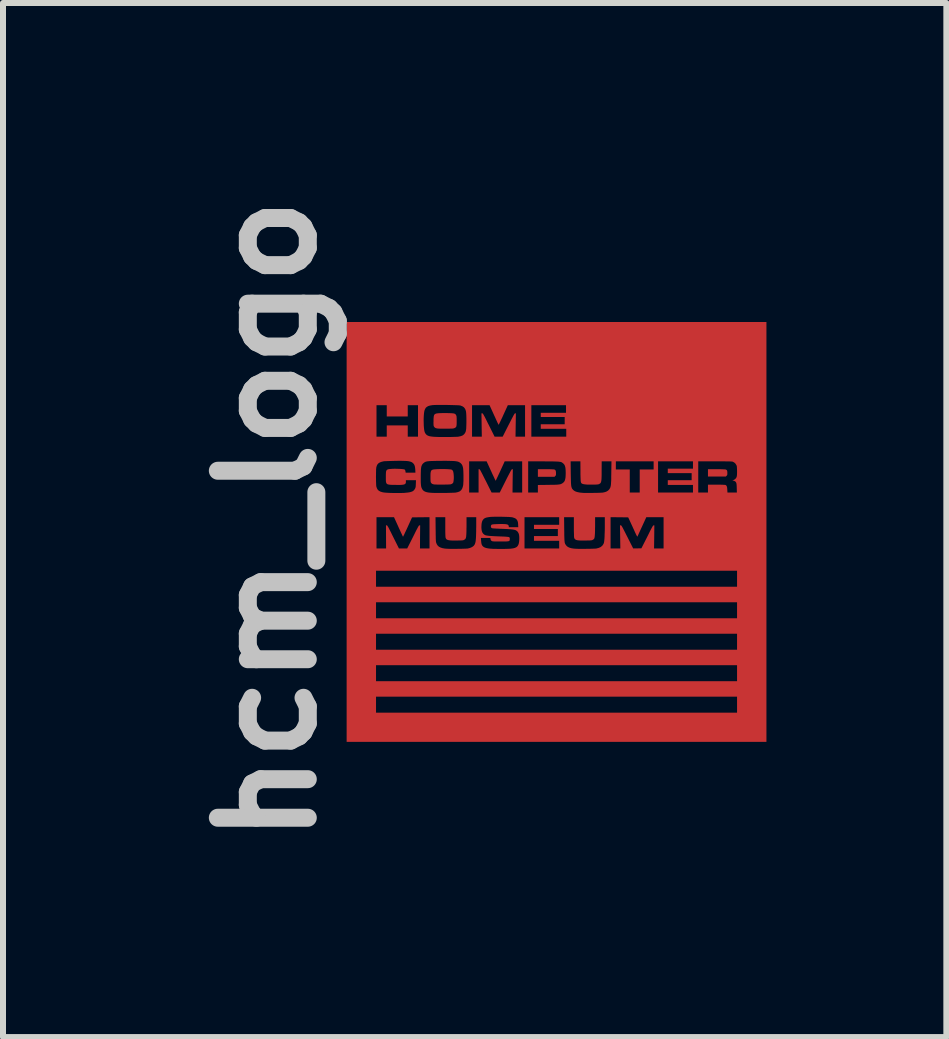
<source format=kicad_pcb>
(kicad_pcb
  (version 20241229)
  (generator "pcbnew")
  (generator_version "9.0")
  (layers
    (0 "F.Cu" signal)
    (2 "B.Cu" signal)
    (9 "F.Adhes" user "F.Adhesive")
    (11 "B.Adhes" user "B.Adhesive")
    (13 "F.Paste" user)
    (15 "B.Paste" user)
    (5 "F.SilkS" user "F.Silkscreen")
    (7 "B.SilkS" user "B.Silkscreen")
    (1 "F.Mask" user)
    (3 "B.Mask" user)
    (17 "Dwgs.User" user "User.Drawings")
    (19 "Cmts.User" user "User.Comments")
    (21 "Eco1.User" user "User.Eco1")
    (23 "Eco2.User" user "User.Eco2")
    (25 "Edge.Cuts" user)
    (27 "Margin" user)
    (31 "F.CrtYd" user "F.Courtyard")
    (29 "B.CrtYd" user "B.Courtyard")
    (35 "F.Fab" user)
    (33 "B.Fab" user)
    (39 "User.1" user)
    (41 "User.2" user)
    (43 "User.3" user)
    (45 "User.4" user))
  (footprint "hcm_logo"
    (layer "F.Cu")
    (at 5.976 5.621)
    (property "Reference" "hcm_logo" (at -4.572 0 90) (layer "Dwgs.User") (effects (font (size 1.5 1.5) (thickness 0.3))))
    (attr board_only exclude_from_pos_files exclude_from_bom)
    (fp_poly (pts (xy 0.071 -0.847) (xy 0.108 -0.847) (xy 0.142 -0.847) (xy 0.17 -0.846) (xy 0.193 -0.845) (xy 0.208 -0.844) (xy 0.216 -0.843) (xy 0.229 -0.837) (xy 0.238 -0.827) (xy 0.243 -0.811) (xy 0.245 -0.789) (xy 0.245 -0.779) (xy 0.245 -0.762) (xy 0.244 -0.751) (xy 0.241 -0.743) (xy 0.235 -0.736) (xy 0.232 -0.733) (xy 0.22 -0.72) (xy 0.082 -0.72) (xy -0.057 -0.72) (xy -0.057 -0.784) (xy -0.057 -0.847)) (stroke (width 0) (type solid)) (fill yes) (layer "F.Cu"))
    (fp_poly (pts (xy 2.918 -0.847) (xy 2.956 -0.847) (xy 2.991 -0.847) (xy 3.021 -0.846) (xy 3.045 -0.845) (xy 3.063 -0.844) (xy 3.072 -0.843) (xy 3.073 -0.843) (xy 3.086 -0.837) (xy 3.095 -0.829) (xy 3.1 -0.816) (xy 3.102 -0.798) (xy 3.102 -0.785) (xy 3.102 -0.767) (xy 3.101 -0.756) (xy 3.098 -0.748) (xy 3.093 -0.741) (xy 3.09 -0.738) (xy 3.077 -0.725) (xy 2.928 -0.725) (xy 2.779 -0.725) (xy 2.779 -0.786) (xy 2.779 -0.847)) (stroke (width 0) (type solid)) (fill yes) (layer "F.Cu"))
    (fp_poly (pts (xy -1.633 -0.85) (xy -1.599 -0.849) (xy -1.568 -0.848) (xy -1.54 -0.846) (xy -1.516 -0.844) (xy -1.499 -0.841) (xy -1.49 -0.837) (xy -1.48 -0.828) (xy -1.472 -0.816) (xy -1.467 -0.799) (xy -1.463 -0.775) (xy -1.461 -0.754) (xy -1.459 -0.725) (xy -1.459 -0.696) (xy -1.461 -0.668) (xy -1.464 -0.645) (xy -1.468 -0.627) (xy -1.472 -0.618) (xy -1.481 -0.61) (xy -1.493 -0.602) (xy -1.498 -0.6) (xy -1.504 -0.597) (xy -1.512 -0.595) (xy -1.522 -0.594) (xy -1.535 -0.593) (xy -1.553 -0.592) (xy -1.577 -0.592) (xy -1.607 -0.591) (xy -1.643 -0.591) (xy -1.676 -0.591) (xy -1.708 -0.591) (xy -1.737 -0.591) (xy -1.761 -0.592) (xy -1.779 -0.593) (xy -1.79 -0.593) (xy -1.791 -0.594) (xy -1.807 -0.598) (xy -1.82 -0.603) (xy -1.824 -0.606) (xy -1.832 -0.613) (xy -1.838 -0.62) (xy -1.843 -0.63) (xy -1.846 -0.643) (xy -1.847 -0.661) (xy -1.848 -0.684) (xy -1.848 -0.716) (xy -1.848 -0.716) (xy -1.848 -0.751) (xy -1.847 -0.778) (xy -1.844 -0.798) (xy -1.84 -0.814) (xy -1.834 -0.825) (xy -1.826 -0.833) (xy -1.818 -0.837) (xy -1.806 -0.841) (xy -1.788 -0.844) (xy -1.763 -0.846) (xy -1.734 -0.848) (xy -1.702 -0.849) (xy -1.668 -0.85)) (stroke (width 0) (type solid)) (fill yes) (layer "F.Cu"))
    (fp_poly (pts (xy -1.57 -1.783) (xy -1.532 -1.782) (xy -1.502 -1.781) (xy -1.478 -1.779) (xy -1.46 -1.777) (xy -1.447 -1.773) (xy -1.437 -1.769) (xy -1.43 -1.762) (xy -1.424 -1.754) (xy -1.42 -1.746) (xy -1.416 -1.739) (xy -1.414 -1.731) (xy -1.413 -1.721) (xy -1.412 -1.707) (xy -1.411 -1.688) (xy -1.411 -1.662) (xy -1.411 -1.65) (xy -1.411 -1.618) (xy -1.412 -1.593) (xy -1.414 -1.574) (xy -1.417 -1.56) (xy -1.423 -1.55) (xy -1.43 -1.543) (xy -1.44 -1.536) (xy -1.447 -1.533) (xy -1.454 -1.53) (xy -1.461 -1.528) (xy -1.47 -1.526) (xy -1.481 -1.525) (xy -1.496 -1.524) (xy -1.517 -1.524) (xy -1.543 -1.523) (xy -1.577 -1.523) (xy -1.586 -1.523) (xy -1.619 -1.523) (xy -1.651 -1.523) (xy -1.679 -1.523) (xy -1.704 -1.524) (xy -1.722 -1.525) (xy -1.732 -1.526) (xy -1.756 -1.531) (xy -1.773 -1.539) (xy -1.786 -1.553) (xy -1.791 -1.561) (xy -1.793 -1.567) (xy -1.796 -1.575) (xy -1.797 -1.585) (xy -1.797 -1.6) (xy -1.798 -1.62) (xy -1.797 -1.647) (xy -1.797 -1.655) (xy -1.797 -1.686) (xy -1.795 -1.711) (xy -1.793 -1.729) (xy -1.79 -1.742) (xy -1.786 -1.752) (xy -1.78 -1.76) (xy -1.772 -1.767) (xy -1.771 -1.767) (xy -1.76 -1.773) (xy -1.743 -1.777) (xy -1.72 -1.78) (xy -1.689 -1.782) (xy -1.65 -1.783) (xy -1.604 -1.783)) (stroke (width 0) (type solid)) (fill yes) (layer "F.Cu"))
    (fp_poly (pts (xy 3.754 0.198) (xy 3.754 3.699) (xy 0.254 3.699) (xy -3.246 3.699) (xy -3.246 3.08) (xy -2.756 3.08) (xy -2.756 3.213) (xy 0.254 3.213) (xy 3.264 3.213) (xy 3.264 3.08) (xy 3.264 2.946) (xy 0.254 2.946) (xy -2.756 2.946) (xy -2.756 3.08) (xy -3.246 3.08) (xy -3.246 2.555) (xy -2.756 2.555) (xy -2.756 2.688) (xy 0.254 2.688) (xy 3.264 2.688) (xy 3.264 2.555) (xy 3.264 2.421) (xy 0.254 2.421) (xy -2.756 2.421) (xy -2.756 2.555) (xy -3.246 2.555) (xy -3.246 2.03) (xy -2.756 2.03) (xy -2.756 2.163) (xy 0.254 2.163) (xy 3.264 2.163) (xy 3.264 2.03) (xy 3.264 1.896) (xy 0.254 1.896) (xy -2.756 1.896) (xy -2.756 2.03) (xy -3.246 2.03) (xy -3.246 1.505) (xy -2.756 1.505) (xy -2.756 1.638) (xy 0.254 1.638) (xy 3.264 1.638) (xy 3.264 1.505) (xy 3.264 1.371) (xy 0.254 1.371) (xy -2.756 1.371) (xy -2.756 1.505) (xy -3.246 1.505) (xy -3.246 0.979) (xy -2.756 0.979) (xy -2.756 1.113) (xy 0.254 1.113) (xy 3.264 1.113) (xy 3.264 0.979) (xy 3.264 0.846) (xy 0.254 0.846) (xy -2.756 0.846) (xy -2.756 0.979) (xy -3.246 0.979) (xy -3.246 0.198) (xy -3.246 -0.047) (xy -2.748 -0.047) (xy -2.748 0.214) (xy -2.748 0.474) (xy -2.668 0.474) (xy -2.588 0.474) (xy -2.589 0.282) (xy -2.59 0.089) (xy -2.578 0.089) (xy -2.575 0.089) (xy -2.572 0.091) (xy -2.569 0.093) (xy -2.565 0.099) (xy -2.56 0.107) (xy -2.553 0.118) (xy -2.544 0.134) (xy -2.534 0.155) (xy -2.52 0.181) (xy -2.504 0.213) (xy -2.485 0.252) (xy -2.47 0.282) (xy -2.374 0.474) (xy -2.305 0.474) (xy -2.236 0.474) (xy -2.139 0.282) (xy -2.117 0.238) (xy -2.099 0.201) (xy -2.084 0.171) (xy -2.071 0.147) (xy -2.061 0.128) (xy -2.053 0.113) (xy -2.047 0.103) (xy -2.042 0.096) (xy -2.039 0.092) (xy -2.035 0.09) (xy -2.033 0.089) (xy -2.032 0.089) (xy -2.02 0.089) (xy -2.022 0.282) (xy -2.023 0.474) (xy -1.944 0.474) (xy -1.864 0.474) (xy -1.864 0.214) (xy -1.864 -0.047) (xy -1.764 -0.047) (xy -1.762 0.154) (xy -1.761 0.202) (xy -1.761 0.243) (xy -1.76 0.277) (xy -1.76 0.304) (xy -1.759 0.326) (xy -1.758 0.343) (xy -1.757 0.356) (xy -1.756 0.366) (xy -1.754 0.374) (xy -1.753 0.378) (xy -1.742 0.405) (xy -1.727 0.427) (xy -1.707 0.445) (xy -1.682 0.458) (xy -1.65 0.469) (xy -1.61 0.476) (xy -1.587 0.478) (xy -1.571 0.479) (xy -1.547 0.48) (xy -1.518 0.481) (xy -1.485 0.481) (xy -1.45 0.481) (xy -1.412 0.481) (xy -1.375 0.48) (xy -1.338 0.48) (xy -1.305 0.479) (xy -1.274 0.478) (xy -1.249 0.477) (xy -1.23 0.476) (xy -1.221 0.474) (xy -1.193 0.467) (xy -1.167 0.457) (xy -1.144 0.444) (xy -1.126 0.429) (xy -1.124 0.427) (xy -1.114 0.413) (xy -1.107 0.399) (xy -1.101 0.382) (xy -1.096 0.361) (xy -1.093 0.336) (xy -1.09 0.303) (xy -1.09 0.299) (xy -1.007 0.299) (xy -1.004 0.343) (xy -1.002 0.364) (xy -1 0.384) (xy -0.996 0.4) (xy -0.995 0.405) (xy -0.985 0.426) (xy -0.97 0.443) (xy -0.949 0.456) (xy -0.923 0.466) (xy -0.889 0.473) (xy -0.85 0.478) (xy -0.83 0.479) (xy -0.802 0.481) (xy -0.769 0.481) (xy -0.732 0.482) (xy -0.693 0.482) (xy -0.654 0.482) (xy -0.615 0.482) (xy -0.579 0.481) (xy -0.548 0.48) (xy -0.522 0.479) (xy -0.51 0.478) (xy -0.471 0.473) (xy -0.44 0.465) (xy -0.415 0.453) (xy -0.396 0.436) (xy -0.383 0.414) (xy -0.374 0.386) (xy -0.369 0.351) (xy -0.367 0.31) (xy -0.368 0.275) (xy -0.371 0.248) (xy -0.377 0.226) (xy -0.383 0.214) (xy -0.28 0.214) (xy -0.28 0.474) (xy 0.009 0.474) (xy 0.298 0.474) (xy 0.298 0.411) (xy 0.298 0.347) (xy 0.088 0.347) (xy -0.122 0.347) (xy -0.122 0.308) (xy -0.122 0.268) (xy 0.077 0.268) (xy 0.276 0.268) (xy 0.276 0.209) (xy 0.276 0.15) (xy 0.077 0.15) (xy -0.122 0.15) (xy -0.122 0.115) (xy -0.122 0.08) (xy 0.088 0.08) (xy 0.298 0.08) (xy 0.298 0.017) (xy 0.298 -0.047) (xy 0.38 -0.047) (xy 0.382 0.154) (xy 0.383 0.204) (xy 0.383 0.247) (xy 0.384 0.282) (xy 0.385 0.311) (xy 0.386 0.335) (xy 0.388 0.354) (xy 0.389 0.369) (xy 0.392 0.382) (xy 0.395 0.392) (xy 0.399 0.4) (xy 0.404 0.408) (xy 0.409 0.416) (xy 0.425 0.435) (xy 0.445 0.45) (xy 0.471 0.462) (xy 0.503 0.471) (xy 0.542 0.477) (xy 0.557 0.478) (xy 0.573 0.479) (xy 0.597 0.48) (xy 0.626 0.481) (xy 0.659 0.481) (xy 0.694 0.481) (xy 0.732 0.481) (xy 0.769 0.48) (xy 0.806 0.48) (xy 0.839 0.479) (xy 0.87 0.478) (xy 0.895 0.477) (xy 0.914 0.476) (xy 0.923 0.474) (xy 0.961 0.464) (xy 0.992 0.449) (xy 1.017 0.428) (xy 1.036 0.401) (xy 1.044 0.38) (xy 1.047 0.366) (xy 1.05 0.343) (xy 1.053 0.312) (xy 1.055 0.275) (xy 1.056 0.232) (xy 1.057 0.214) (xy 1.155 0.214) (xy 1.155 0.474) (xy 1.237 0.474) (xy 1.318 0.474) (xy 1.315 0.282) (xy 1.312 0.089) (xy 1.325 0.089) (xy 1.328 0.089) (xy 1.331 0.09) (xy 1.334 0.093) (xy 1.338 0.098) (xy 1.343 0.105) (xy 1.349 0.116) (xy 1.358 0.131) (xy 1.368 0.151) (xy 1.381 0.176) (xy 1.397 0.207) (xy 1.416 0.245) (xy 1.435 0.282) (xy 1.532 0.474) (xy 1.601 0.473) (xy 1.669 0.472) (xy 1.766 0.281) (xy 1.788 0.237) (xy 1.806 0.2) (xy 1.821 0.17) (xy 1.834 0.146) (xy 1.844 0.127) (xy 1.852 0.113) (xy 1.858 0.103) (xy 1.863 0.096) (xy 1.867 0.092) (xy 1.87 0.09) (xy 1.873 0.089) (xy 1.874 0.089) (xy 1.885 0.089) (xy 1.883 0.282) (xy 1.88 0.474) (xy 1.96 0.474) (xy 2.039 0.474) (xy 2.039 0.214) (xy 2.039 -0.047) (xy 1.895 -0.047) (xy 1.751 -0.047) (xy 1.68 0.108) (xy 1.664 0.142) (xy 1.649 0.175) (xy 1.636 0.204) (xy 1.624 0.23) (xy 1.615 0.25) (xy 1.608 0.265) (xy 1.605 0.273) (xy 1.605 0.274) (xy 1.603 0.276) (xy 1.601 0.276) (xy 1.599 0.274) (xy 1.595 0.268) (xy 1.59 0.259) (xy 1.582 0.245) (xy 1.573 0.225) (xy 1.561 0.2) (xy 1.547 0.168) (xy 1.529 0.13) (xy 1.525 0.12) (xy 1.449 -0.044) (xy 1.302 -0.046) (xy 1.155 -0.047) (xy 1.155 0.214) (xy 1.057 0.214) (xy 1.058 0.183) (xy 1.059 0.13) (xy 1.059 0.073) (xy 1.059 0.073) (xy 1.059 -0.047) (xy 0.978 -0.047) (xy 0.897 -0.047) (xy 0.897 0.07) (xy 0.897 0.105) (xy 0.896 0.141) (xy 0.896 0.175) (xy 0.895 0.206) (xy 0.894 0.231) (xy 0.893 0.244) (xy 0.891 0.271) (xy 0.888 0.291) (xy 0.884 0.306) (xy 0.878 0.316) (xy 0.869 0.324) (xy 0.857 0.331) (xy 0.855 0.332) (xy 0.849 0.335) (xy 0.842 0.337) (xy 0.832 0.339) (xy 0.819 0.34) (xy 0.802 0.341) (xy 0.778 0.341) (xy 0.748 0.342) (xy 0.739 0.342) (xy 0.693 0.342) (xy 0.655 0.342) (xy 0.624 0.34) (xy 0.6 0.337) (xy 0.581 0.332) (xy 0.568 0.325) (xy 0.558 0.316) (xy 0.551 0.305) (xy 0.547 0.292) (xy 0.547 0.29) (xy 0.546 0.281) (xy 0.545 0.265) (xy 0.545 0.242) (xy 0.544 0.214) (xy 0.543 0.181) (xy 0.543 0.146) (xy 0.543 0.112) (xy 0.543 -0.047) (xy 0.461 -0.047) (xy 0.38 -0.047) (xy 0.298 -0.047) (xy 0.009 -0.047) (xy -0.28 -0.047) (xy -0.28 0.214) (xy -0.383 0.214) (xy -0.386 0.208) (xy -0.394 0.196) (xy -0.403 0.187) (xy -0.411 0.18) (xy -0.421 0.174) (xy -0.432 0.168) (xy -0.447 0.164) (xy -0.464 0.16) (xy -0.486 0.157) (xy -0.513 0.154) (xy -0.546 0.152) (xy -0.585 0.15) (xy -0.631 0.148) (xy -0.685 0.146) (xy -0.687 0.146) (xy -0.72 0.144) (xy -0.75 0.143) (xy -0.776 0.141) (xy -0.798 0.14) (xy -0.814 0.138) (xy -0.822 0.137) (xy -0.822 0.137) (xy -0.834 0.129) (xy -0.84 0.116) (xy -0.841 0.102) (xy -0.837 0.088) (xy -0.827 0.077) (xy -0.824 0.076) (xy -0.816 0.074) (xy -0.8 0.072) (xy -0.778 0.07) (xy -0.752 0.069) (xy -0.724 0.068) (xy -0.694 0.067) (xy -0.665 0.067) (xy -0.637 0.067) (xy -0.613 0.068) (xy -0.596 0.069) (xy -0.572 0.073) (xy -0.555 0.08) (xy -0.546 0.091) (xy -0.542 0.105) (xy -0.542 0.106) (xy -0.542 0.12) (xy -0.463 0.12) (xy -0.384 0.12) (xy -0.386 0.077) (xy -0.389 0.043) (xy -0.396 0.016) (xy -0.408 -0.005) (xy -0.425 -0.022) (xy -0.448 -0.034) (xy -0.479 -0.044) (xy -0.482 -0.045) (xy -0.495 -0.047) (xy -0.516 -0.049) (xy -0.543 -0.051) (xy -0.575 -0.052) (xy -0.611 -0.053) (xy -0.648 -0.054) (xy -0.687 -0.055) (xy -0.725 -0.055) (xy -0.762 -0.055) (xy -0.796 -0.054) (xy -0.826 -0.053) (xy -0.846 -0.052) (xy -0.884 -0.047) (xy -0.915 -0.041) (xy -0.94 -0.032) (xy -0.959 -0.019) (xy -0.973 -0.003) (xy -0.985 0.018) (xy -0.985 0.019) (xy -0.991 0.038) (xy -0.996 0.064) (xy -0.998 0.094) (xy -0.999 0.124) (xy -0.997 0.153) (xy -0.992 0.183) (xy -0.983 0.208) (xy -0.97 0.227) (xy -0.958 0.238) (xy -0.951 0.243) (xy -0.944 0.248) (xy -0.936 0.252) (xy -0.927 0.255) (xy -0.915 0.258) (xy -0.9 0.26) (xy -0.881 0.263) (xy -0.858 0.265) (xy -0.83 0.267) (xy -0.796 0.269) (xy -0.756 0.271) (xy -0.709 0.273) (xy -0.653 0.275) (xy -0.627 0.276) (xy -0.594 0.278) (xy -0.569 0.28) (xy -0.551 0.282) (xy -0.539 0.285) (xy -0.531 0.29) (xy -0.527 0.297) (xy -0.525 0.306) (xy -0.526 0.318) (xy -0.526 0.321) (xy -0.526 0.331) (xy -0.528 0.339) (xy -0.531 0.345) (xy -0.536 0.35) (xy -0.545 0.353) (xy -0.558 0.355) (xy -0.576 0.357) (xy -0.599 0.358) (xy -0.63 0.358) (xy -0.668 0.358) (xy -0.682 0.358) (xy -0.72 0.358) (xy -0.749 0.358) (xy -0.772 0.358) (xy -0.789 0.357) (xy -0.802 0.356) (xy -0.811 0.355) (xy -0.817 0.354) (xy -0.823 0.351) (xy -0.827 0.349) (xy -0.837 0.342) (xy -0.843 0.332) (xy -0.846 0.32) (xy -0.85 0.299) (xy -0.928 0.299) (xy -1.007 0.299) (xy -1.09 0.299) (xy -1.089 0.284) (xy -1.088 0.257) (xy -1.087 0.224) (xy -1.086 0.187) (xy -1.086 0.148) (xy -1.085 0.108) (xy -1.085 0.079) (xy -1.085 -0.047) (xy -1.166 -0.047) (xy -1.247 -0.047) (xy -1.247 0.077) (xy -1.247 0.112) (xy -1.248 0.147) (xy -1.248 0.181) (xy -1.249 0.21) (xy -1.25 0.235) (xy -1.251 0.25) (xy -1.253 0.276) (xy -1.257 0.295) (xy -1.262 0.309) (xy -1.269 0.319) (xy -1.281 0.327) (xy -1.289 0.332) (xy -1.295 0.335) (xy -1.302 0.337) (xy -1.312 0.339) (xy -1.325 0.34) (xy -1.342 0.341) (xy -1.366 0.341) (xy -1.396 0.342) (xy -1.405 0.342) (xy -1.451 0.342) (xy -1.488 0.342) (xy -1.518 0.34) (xy -1.542 0.337) (xy -1.561 0.332) (xy -1.575 0.326) (xy -1.585 0.317) (xy -1.591 0.307) (xy -1.596 0.293) (xy -1.597 0.29) (xy -1.598 0.279) (xy -1.599 0.261) (xy -1.6 0.235) (xy -1.601 0.202) (xy -1.601 0.164) (xy -1.601 0.121) (xy -1.601 0.111) (xy -1.601 -0.047) (xy -1.683 -0.047) (xy -1.764 -0.047) (xy -1.864 -0.047) (xy -1.864 -0.047) (xy -2.009 -0.046) (xy -2.155 -0.044) (xy -2.229 0.118) (xy -2.245 0.153) (xy -2.26 0.185) (xy -2.274 0.214) (xy -2.285 0.239) (xy -2.295 0.258) (xy -2.302 0.272) (xy -2.305 0.279) (xy -2.306 0.279) (xy -2.308 0.275) (xy -2.314 0.264) (xy -2.322 0.246) (xy -2.333 0.223) (xy -2.346 0.196) (xy -2.36 0.164) (xy -2.376 0.13) (xy -2.382 0.116) (xy -2.456 -0.047) (xy -2.602 -0.047) (xy -2.748 -0.047) (xy -3.246 -0.047) (xy -3.246 -0.72) (xy -2.757 -0.72) (xy -2.756 -0.686) (xy -2.756 -0.654) (xy -2.755 -0.624) (xy -2.754 -0.598) (xy -2.753 -0.578) (xy -2.752 -0.564) (xy -2.752 -0.563) (xy -2.742 -0.531) (xy -2.728 -0.506) (xy -2.708 -0.487) (xy -2.681 -0.473) (xy -2.647 -0.463) (xy -2.644 -0.462) (xy -2.625 -0.459) (xy -2.598 -0.456) (xy -2.565 -0.454) (xy -2.527 -0.452) (xy -2.487 -0.451) (xy -2.445 -0.45) (xy -2.402 -0.45) (xy -2.361 -0.45) (xy -2.322 -0.451) (xy -2.287 -0.452) (xy -2.268 -0.454) (xy -2.227 -0.458) (xy -2.193 -0.463) (xy -2.166 -0.471) (xy -2.144 -0.48) (xy -2.127 -0.493) (xy -2.114 -0.509) (xy -2.107 -0.521) (xy -2.101 -0.532) (xy -2.098 -0.542) (xy -2.095 -0.553) (xy -2.094 -0.566) (xy -2.093 -0.585) (xy -2.092 -0.605) (xy -2.09 -0.664) (xy -2.174 -0.664) (xy -2.258 -0.664) (xy -2.258 -0.64) (xy -2.258 -0.626) (xy -2.261 -0.614) (xy -2.267 -0.605) (xy -2.276 -0.598) (xy -2.289 -0.592) (xy -2.307 -0.589) (xy -2.331 -0.586) (xy -2.362 -0.585) (xy -2.4 -0.585) (xy -2.437 -0.586) (xy -2.478 -0.586) (xy -2.511 -0.587) (xy -2.537 -0.59) (xy -2.557 -0.594) (xy -2.571 -0.6) (xy -2.581 -0.61) (xy -2.587 -0.624) (xy -2.591 -0.643) (xy -2.592 -0.667) (xy -2.592 -0.697) (xy -2.592 -0.718) (xy -2.01 -0.718) (xy -2.01 -0.676) (xy -2.01 -0.641) (xy -2.009 -0.612) (xy -2.007 -0.589) (xy -2.005 -0.57) (xy -2.002 -0.554) (xy -1.998 -0.54) (xy -1.992 -0.528) (xy -1.988 -0.518) (xy -1.975 -0.499) (xy -1.958 -0.484) (xy -1.936 -0.472) (xy -1.907 -0.463) (xy -1.872 -0.457) (xy -1.838 -0.454) (xy -1.818 -0.453) (xy -1.792 -0.452) (xy -1.76 -0.451) (xy -1.725 -0.451) (xy -1.687 -0.451) (xy -1.648 -0.451) (xy -1.608 -0.452) (xy -1.569 -0.452) (xy -1.532 -0.453) (xy -1.498 -0.454) (xy -1.469 -0.455) (xy -1.446 -0.456) (xy -1.429 -0.457) (xy -1.424 -0.458) (xy -1.389 -0.466) (xy -1.36 -0.478) (xy -1.338 -0.496) (xy -1.321 -0.52) (xy -1.31 -0.55) (xy -1.303 -0.579) (xy -1.301 -0.596) (xy -1.3 -0.62) (xy -1.298 -0.65) (xy -1.298 -0.683) (xy -1.298 -0.718) (xy -1.298 -0.718) (xy -1.203 -0.718) (xy -1.203 -0.458) (xy -1.124 -0.458) (xy -1.046 -0.458) (xy -1.046 -0.653) (xy -1.046 -0.847) (xy -1.035 -0.847) (xy -1.032 -0.847) (xy -1.029 -0.845) (xy -1.025 -0.841) (xy -1.021 -0.834) (xy -1.014 -0.825) (xy -1.007 -0.811) (xy -0.997 -0.792) (xy -0.985 -0.769) (xy -0.97 -0.739) (xy -0.952 -0.703) (xy -0.93 -0.66) (xy -0.926 -0.653) (xy -0.829 -0.458) (xy -0.761 -0.458) (xy -0.693 -0.458) (xy -0.595 -0.653) (xy -0.573 -0.697) (xy -0.554 -0.734) (xy -0.538 -0.765) (xy -0.525 -0.789) (xy -0.515 -0.808) (xy -0.507 -0.823) (xy -0.5 -0.833) (xy -0.495 -0.84) (xy -0.492 -0.845) (xy -0.489 -0.847) (xy -0.486 -0.847) (xy -0.475 -0.847) (xy -0.478 -0.653) (xy -0.48 -0.458) (xy -0.4 -0.458) (xy -0.319 -0.458) (xy -0.319 -0.718) (xy -0.319 -0.718) (xy -0.219 -0.718) (xy -0.219 -0.458) (xy -0.138 -0.458) (xy -0.057 -0.458) (xy -0.057 -0.521) (xy -0.057 -0.584) (xy 0.115 -0.586) (xy 0.162 -0.587) (xy 0.201 -0.587) (xy 0.233 -0.588) (xy 0.259 -0.589) (xy 0.28 -0.591) (xy 0.297 -0.593) (xy 0.311 -0.595) (xy 0.322 -0.598) (xy 0.332 -0.602) (xy 0.342 -0.607) (xy 0.351 -0.612) (xy 0.368 -0.625) (xy 0.382 -0.64) (xy 0.392 -0.659) (xy 0.399 -0.682) (xy 0.404 -0.712) (xy 0.406 -0.748) (xy 0.407 -0.783) (xy 0.406 -0.822) (xy 0.404 -0.855) (xy 0.4 -0.881) (xy 0.394 -0.902) (xy 0.386 -0.92) (xy 0.374 -0.935) (xy 0.364 -0.945) (xy 0.356 -0.951) (xy 0.349 -0.956) (xy 0.342 -0.961) (xy 0.334 -0.965) (xy 0.325 -0.968) (xy 0.313 -0.97) (xy 0.298 -0.972) (xy 0.28 -0.974) (xy 0.257 -0.975) (xy 0.229 -0.976) (xy 0.196 -0.977) (xy 0.155 -0.977) (xy 0.108 -0.977) (xy 0.053 -0.978) (xy 0.041 -0.978) (xy -0.144 -0.979) (xy 0.489 -0.979) (xy 0.491 -0.783) (xy 0.492 -0.73) (xy 0.493 -0.685) (xy 0.494 -0.647) (xy 0.495 -0.615) (xy 0.497 -0.589) (xy 0.499 -0.568) (xy 0.503 -0.551) (xy 0.507 -0.538) (xy 0.512 -0.526) (xy 0.518 -0.517) (xy 0.526 -0.508) (xy 0.535 -0.499) (xy 0.538 -0.496) (xy 0.556 -0.483) (xy 0.58 -0.472) (xy 0.61 -0.464) (xy 0.646 -0.457) (xy 0.69 -0.453) (xy 0.705 -0.452) (xy 0.72 -0.451) (xy 0.742 -0.451) (xy 0.769 -0.451) (xy 0.8 -0.451) (xy 0.833 -0.451) (xy 0.868 -0.452) (xy 0.902 -0.453) (xy 0.935 -0.453) (xy 0.964 -0.454) (xy 0.99 -0.455) (xy 1.009 -0.456) (xy 1.022 -0.457) (xy 1.024 -0.457) (xy 1.061 -0.465) (xy 1.09 -0.476) (xy 1.114 -0.491) (xy 1.132 -0.51) (xy 1.141 -0.523) (xy 1.146 -0.532) (xy 1.151 -0.542) (xy 1.154 -0.553) (xy 1.157 -0.565) (xy 1.16 -0.581) (xy 1.162 -0.6) (xy 1.163 -0.623) (xy 1.165 -0.651) (xy 1.166 -0.686) (xy 1.166 -0.727) (xy 1.167 -0.776) (xy 1.167 -0.789) (xy 1.169 -0.911) (xy 1.243 -0.911) (xy 1.243 -0.843) (xy 1.359 -0.843) (xy 1.475 -0.843) (xy 1.475 -0.65) (xy 1.475 -0.458) (xy 1.558 -0.458) (xy 1.641 -0.458) (xy 1.641 -0.65) (xy 1.641 -0.718) (xy 1.947 -0.718) (xy 1.947 -0.458) (xy 2.238 -0.458) (xy 2.529 -0.458) (xy 2.529 -0.521) (xy 2.529 -0.585) (xy 2.319 -0.585) (xy 2.109 -0.585) (xy 2.109 -0.624) (xy 2.109 -0.664) (xy 2.308 -0.664) (xy 2.507 -0.664) (xy 2.507 -0.718) (xy 2.617 -0.718) (xy 2.617 -0.458) (xy 2.698 -0.458) (xy 2.779 -0.458) (xy 2.779 -0.524) (xy 2.779 -0.589) (xy 2.918 -0.589) (xy 2.958 -0.589) (xy 2.993 -0.589) (xy 3.023 -0.588) (xy 3.046 -0.587) (xy 3.062 -0.586) (xy 3.07 -0.585) (xy 3.081 -0.579) (xy 3.089 -0.569) (xy 3.095 -0.555) (xy 3.099 -0.535) (xy 3.101 -0.507) (xy 3.101 -0.506) (xy 3.104 -0.458) (xy 3.182 -0.458) (xy 3.261 -0.458) (xy 3.259 -0.533) (xy 3.258 -0.567) (xy 3.256 -0.594) (xy 3.253 -0.614) (xy 3.247 -0.628) (xy 3.239 -0.639) (xy 3.228 -0.647) (xy 3.213 -0.653) (xy 3.202 -0.657) (xy 3.184 -0.662) (xy 3.199 -0.665) (xy 3.212 -0.67) (xy 3.226 -0.678) (xy 3.233 -0.684) (xy 3.243 -0.694) (xy 3.251 -0.705) (xy 3.257 -0.719) (xy 3.261 -0.736) (xy 3.263 -0.758) (xy 3.264 -0.786) (xy 3.264 -0.822) (xy 3.264 -0.822) (xy 3.263 -0.85) (xy 3.262 -0.871) (xy 3.261 -0.886) (xy 3.26 -0.897) (xy 3.257 -0.906) (xy 3.254 -0.914) (xy 3.251 -0.919) (xy 3.237 -0.941) (xy 3.217 -0.959) (xy 3.194 -0.971) (xy 3.187 -0.974) (xy 3.178 -0.975) (xy 3.162 -0.976) (xy 3.137 -0.977) (xy 3.104 -0.977) (xy 3.063 -0.978) (xy 3.015 -0.978) (xy 2.96 -0.978) (xy 2.898 -0.979) (xy 2.894 -0.979) (xy 2.617 -0.979) (xy 2.617 -0.718) (xy 2.507 -0.718) (xy 2.507 -0.723) (xy 2.507 -0.782) (xy 2.308 -0.782) (xy 2.109 -0.782) (xy 2.109 -0.819) (xy 2.109 -0.856) (xy 2.319 -0.856) (xy 2.529 -0.856) (xy 2.529 -0.917) (xy 2.529 -0.979) (xy 2.238 -0.979) (xy 1.947 -0.979) (xy 1.947 -0.718) (xy 1.641 -0.718) (xy 1.641 -0.843) (xy 1.757 -0.843) (xy 1.873 -0.843) (xy 1.873 -0.911) (xy 1.873 -0.979) (xy 1.558 -0.979) (xy 1.243 -0.979) (xy 1.243 -0.911) (xy 1.169 -0.911) (xy 1.17 -0.979) (xy 1.088 -0.979) (xy 1.007 -0.979) (xy 1.006 -0.842) (xy 1.006 -0.792) (xy 1.006 -0.75) (xy 1.005 -0.715) (xy 1.004 -0.687) (xy 1.002 -0.664) (xy 0.999 -0.646) (xy 0.995 -0.632) (xy 0.991 -0.622) (xy 0.985 -0.614) (xy 0.978 -0.608) (xy 0.969 -0.603) (xy 0.965 -0.6) (xy 0.958 -0.597) (xy 0.95 -0.595) (xy 0.939 -0.593) (xy 0.924 -0.592) (xy 0.905 -0.591) (xy 0.878 -0.59) (xy 0.857 -0.59) (xy 0.806 -0.59) (xy 0.763 -0.591) (xy 0.729 -0.594) (xy 0.703 -0.598) (xy 0.684 -0.604) (xy 0.682 -0.605) (xy 0.676 -0.608) (xy 0.67 -0.613) (xy 0.666 -0.618) (xy 0.662 -0.626) (xy 0.659 -0.637) (xy 0.657 -0.651) (xy 0.656 -0.67) (xy 0.655 -0.695) (xy 0.654 -0.725) (xy 0.653 -0.763) (xy 0.653 -0.809) (xy 0.653 -0.811) (xy 0.652 -0.979) (xy 0.57 -0.979) (xy 0.489 -0.979) (xy -0.144 -0.979) (xy -0.219 -0.979) (xy -0.219 -0.718) (xy -0.319 -0.718) (xy -0.319 -0.979) (xy -0.465 -0.979) (xy -0.61 -0.979) (xy -0.684 -0.817) (xy -0.7 -0.782) (xy -0.716 -0.749) (xy -0.729 -0.72) (xy -0.741 -0.696) (xy -0.75 -0.676) (xy -0.757 -0.662) (xy -0.761 -0.655) (xy -0.761 -0.655) (xy -0.764 -0.659) (xy -0.769 -0.67) (xy -0.778 -0.687) (xy -0.788 -0.71) (xy -0.801 -0.737) (xy -0.816 -0.768) (xy -0.831 -0.802) (xy -0.838 -0.817) (xy -0.912 -0.979) (xy -1.057 -0.979) (xy -1.203 -0.979) (xy -1.203 -0.718) (xy -1.298 -0.718) (xy -1.298 -0.754) (xy -1.299 -0.788) (xy -1.3 -0.818) (xy -1.302 -0.845) (xy -1.304 -0.865) (xy -1.305 -0.871) (xy -1.314 -0.904) (xy -1.327 -0.929) (xy -1.345 -0.949) (xy -1.368 -0.964) (xy -1.386 -0.972) (xy -1.4 -0.976) (xy -1.418 -0.979) (xy -1.439 -0.982) (xy -1.466 -0.984) (xy -1.498 -0.985) (xy -1.537 -0.986) (xy -1.582 -0.987) (xy -1.635 -0.987) (xy -1.689 -0.986) (xy -1.741 -0.986) (xy -1.784 -0.985) (xy -1.821 -0.984) (xy -1.851 -0.983) (xy -1.875 -0.981) (xy -1.895 -0.979) (xy -1.911 -0.976) (xy -1.925 -0.973) (xy -1.936 -0.968) (xy -1.945 -0.963) (xy -1.955 -0.957) (xy -1.957 -0.955) (xy -1.97 -0.944) (xy -1.981 -0.933) (xy -1.989 -0.919) (xy -1.996 -0.904) (xy -2.002 -0.885) (xy -2.005 -0.862) (xy -2.008 -0.833) (xy -2.009 -0.798) (xy -2.01 -0.756) (xy -2.01 -0.718) (xy -2.592 -0.718) (xy -2.592 -0.755) (xy -2.591 -0.784) (xy -2.589 -0.806) (xy -2.584 -0.823) (xy -2.576 -0.834) (xy -2.564 -0.842) (xy -2.549 -0.847) (xy -2.528 -0.85) (xy -2.501 -0.852) (xy -2.496 -0.853) (xy -2.471 -0.854) (xy -2.441 -0.855) (xy -2.411 -0.854) (xy -2.38 -0.853) (xy -2.351 -0.852) (xy -2.325 -0.85) (xy -2.303 -0.847) (xy -2.288 -0.845) (xy -2.283 -0.843) (xy -2.275 -0.839) (xy -2.271 -0.833) (xy -2.268 -0.824) (xy -2.265 -0.809) (xy -2.264 -0.807) (xy -2.262 -0.79) (xy -2.18 -0.79) (xy -2.099 -0.79) (xy -2.101 -0.835) (xy -2.104 -0.869) (xy -2.109 -0.896) (xy -2.116 -0.917) (xy -2.126 -0.934) (xy -2.137 -0.946) (xy -2.148 -0.956) (xy -2.16 -0.964) (xy -2.174 -0.97) (xy -2.19 -0.975) (xy -2.21 -0.98) (xy -2.233 -0.983) (xy -2.262 -0.985) (xy -2.297 -0.986) (xy -2.338 -0.987) (xy -2.386 -0.987) (xy -2.442 -0.986) (xy -2.443 -0.986) (xy -2.481 -0.985) (xy -2.517 -0.984) (xy -2.55 -0.983) (xy -2.579 -0.982) (xy -2.603 -0.981) (xy -2.62 -0.98) (xy -2.629 -0.979) (xy -2.666 -0.97) (xy -2.694 -0.959) (xy -2.716 -0.945) (xy -2.733 -0.926) (xy -2.744 -0.903) (xy -2.752 -0.874) (xy -2.752 -0.873) (xy -2.753 -0.861) (xy -2.755 -0.842) (xy -2.755 -0.817) (xy -2.756 -0.787) (xy -2.756 -0.755) (xy -2.757 -0.72) (xy -3.246 -0.72) (xy -3.246 -1.652) (xy -2.748 -1.652) (xy -2.748 -1.39) (xy -2.662 -1.39) (xy -2.577 -1.39) (xy -2.577 -1.484) (xy -2.577 -1.578) (xy -2.402 -1.578) (xy -2.227 -1.578) (xy -2.227 -1.484) (xy -2.227 -1.39) (xy -2.142 -1.39) (xy -2.056 -1.39) (xy -2.056 -1.652) (xy -2.056 -1.667) (xy -1.962 -1.667) (xy -1.961 -1.625) (xy -1.96 -1.583) (xy -1.96 -1.578) (xy -1.957 -1.541) (xy -1.954 -1.511) (xy -1.95 -1.487) (xy -1.945 -1.468) (xy -1.938 -1.452) (xy -1.932 -1.442) (xy -1.92 -1.427) (xy -1.906 -1.415) (xy -1.889 -1.406) (xy -1.867 -1.398) (xy -1.84 -1.393) (xy -1.807 -1.389) (xy -1.766 -1.386) (xy -1.754 -1.386) (xy -1.725 -1.385) (xy -1.691 -1.384) (xy -1.653 -1.384) (xy -1.613 -1.384) (xy -1.572 -1.384) (xy -1.531 -1.384) (xy -1.492 -1.385) (xy -1.456 -1.386) (xy -1.425 -1.387) (xy -1.399 -1.388) (xy -1.381 -1.39) (xy -1.38 -1.39) (xy -1.343 -1.398) (xy -1.312 -1.41) (xy -1.289 -1.428) (xy -1.275 -1.446) (xy -1.268 -1.458) (xy -1.262 -1.471) (xy -1.258 -1.486) (xy -1.255 -1.503) (xy -1.252 -1.524) (xy -1.251 -1.55) (xy -1.25 -1.581) (xy -1.249 -1.62) (xy -1.249 -1.652) (xy -1.155 -1.652) (xy -1.155 -1.39) (xy -1.073 -1.39) (xy -0.992 -1.39) (xy -0.995 -1.585) (xy -0.998 -1.779) (xy -0.986 -1.779) (xy -0.983 -1.779) (xy -0.98 -1.778) (xy -0.976 -1.775) (xy -0.972 -1.77) (xy -0.967 -1.762) (xy -0.961 -1.751) (xy -0.952 -1.735) (xy -0.941 -1.715) (xy -0.928 -1.689) (xy -0.912 -1.657) (xy -0.893 -1.618) (xy -0.876 -1.585) (xy -0.779 -1.39) (xy -0.711 -1.39) (xy -0.644 -1.39) (xy -0.546 -1.584) (xy -0.523 -1.628) (xy -0.505 -1.664) (xy -0.489 -1.695) (xy -0.476 -1.719) (xy -0.466 -1.738) (xy -0.458 -1.753) (xy -0.452 -1.763) (xy -0.447 -1.771) (xy -0.443 -1.775) (xy -0.439 -1.778) (xy -0.436 -1.778) (xy -0.436 -1.779) (xy -0.424 -1.78) (xy -0.427 -1.585) (xy -0.43 -1.39) (xy -0.351 -1.39) (xy -0.271 -1.39) (xy -0.271 -1.652) (xy -0.166 -1.652) (xy -0.166 -1.39) (xy 0.125 -1.39) (xy 0.416 -1.39) (xy 0.416 -1.456) (xy 0.416 -1.521) (xy 0.204 -1.521) (xy -0.009 -1.521) (xy -0.009 -1.558) (xy -0.009 -1.596) (xy 0.191 -1.596) (xy 0.39 -1.596) (xy 0.39 -1.657) (xy 0.39 -1.718) (xy 0.191 -1.718) (xy -0.009 -1.718) (xy -0.009 -1.753) (xy -0.009 -1.788) (xy 0.201 -1.788) (xy 0.412 -1.788) (xy 0.412 -1.852) (xy 0.412 -1.915) (xy 0.123 -1.915) (xy -0.166 -1.915) (xy -0.166 -1.652) (xy -0.271 -1.652) (xy -0.271 -1.915) (xy -0.414 -1.915) (xy -0.558 -1.915) (xy -0.634 -1.749) (xy -0.651 -1.711) (xy -0.667 -1.678) (xy -0.681 -1.648) (xy -0.693 -1.624) (xy -0.702 -1.605) (xy -0.709 -1.593) (xy -0.713 -1.588) (xy -0.713 -1.588) (xy -0.716 -1.593) (xy -0.721 -1.605) (xy -0.73 -1.623) (xy -0.741 -1.647) (xy -0.754 -1.675) (xy -0.768 -1.707) (xy -0.784 -1.741) (xy -0.79 -1.754) (xy -0.863 -1.915) (xy -1.009 -1.915) (xy -1.155 -1.915) (xy -1.155 -1.652) (xy -1.249 -1.652) (xy -1.249 -1.696) (xy -1.25 -1.733) (xy -1.251 -1.762) (xy -1.253 -1.786) (xy -1.255 -1.806) (xy -1.259 -1.822) (xy -1.263 -1.836) (xy -1.269 -1.849) (xy -1.273 -1.857) (xy -1.29 -1.879) (xy -1.313 -1.895) (xy -1.343 -1.907) (xy -1.351 -1.91) (xy -1.362 -1.911) (xy -1.38 -1.913) (xy -1.404 -1.914) (xy -1.434 -1.915) (xy -1.469 -1.916) (xy -1.507 -1.917) (xy -1.547 -1.918) (xy -1.588 -1.919) (xy -1.629 -1.919) (xy -1.669 -1.919) (xy -1.706 -1.919) (xy -1.741 -1.919) (xy -1.771 -1.918) (xy -1.796 -1.917) (xy -1.814 -1.916) (xy -1.818 -1.915) (xy -1.855 -1.909) (xy -1.885 -1.9) (xy -1.908 -1.887) (xy -1.926 -1.871) (xy -1.939 -1.849) (xy -1.947 -1.829) (xy -1.952 -1.808) (xy -1.956 -1.78) (xy -1.959 -1.746) (xy -1.961 -1.708) (xy -1.962 -1.667) (xy -2.056 -1.667) (xy -2.056 -1.915) (xy -2.142 -1.915) (xy -2.227 -1.915) (xy -2.227 -1.821) (xy -2.227 -1.727) (xy -2.402 -1.727) (xy -2.577 -1.727) (xy -2.577 -1.821) (xy -2.577 -1.915) (xy -2.662 -1.915) (xy -2.748 -1.915) (xy -2.748 -1.652) (xy -3.246 -1.652) (xy -3.246 -3.302) (xy 0.254 -3.302) (xy 3.754 -3.302)) (stroke (width 0) (type solid)) (fill yes) (layer "F.Cu"))
    (fp_poly (pts (xy 0.056 -0.847) (xy 0.093 -0.847) (xy 0.126 -0.847) (xy 0.155 -0.846) (xy 0.177 -0.845) (xy 0.193 -0.844) (xy 0.2 -0.843) (xy 0.213 -0.837) (xy 0.222 -0.827) (xy 0.228 -0.811) (xy 0.23 -0.789) (xy 0.23 -0.779) (xy 0.23 -0.762) (xy 0.228 -0.751) (xy 0.225 -0.743) (xy 0.22 -0.736) (xy 0.217 -0.733) (xy 0.204 -0.72) (xy 0.066 -0.72) (xy -0.072 -0.72) (xy -0.072 -0.784) (xy -0.072 -0.847)) (stroke (width 0) (type solid)) (fill yes) (layer "F.Mask"))
    (fp_poly (pts (xy 2.902 -0.847) (xy 2.941 -0.847) (xy 2.976 -0.847) (xy 3.006 -0.846) (xy 3.03 -0.845) (xy 3.047 -0.844) (xy 3.057 -0.843) (xy 3.057 -0.843) (xy 3.071 -0.837) (xy 3.08 -0.829) (xy 3.085 -0.816) (xy 3.087 -0.798) (xy 3.087 -0.785) (xy 3.087 -0.767) (xy 3.086 -0.756) (xy 3.083 -0.748) (xy 3.078 -0.741) (xy 3.074 -0.738) (xy 3.062 -0.725) (xy 2.912 -0.725) (xy 2.763 -0.725) (xy 2.763 -0.786) (xy 2.763 -0.847)) (stroke (width 0) (type solid)) (fill yes) (layer "F.Mask"))
    (fp_poly (pts (xy -1.648 -0.85) (xy -1.615 -0.849) (xy -1.583 -0.848) (xy -1.555 -0.846) (xy -1.532 -0.844) (xy -1.515 -0.841) (xy -1.506 -0.837) (xy -1.495 -0.828) (xy -1.488 -0.816) (xy -1.482 -0.799) (xy -1.478 -0.775) (xy -1.476 -0.754) (xy -1.474 -0.725) (xy -1.474 -0.696) (xy -1.476 -0.668) (xy -1.479 -0.645) (xy -1.484 -0.627) (xy -1.488 -0.618) (xy -1.496 -0.61) (xy -1.509 -0.602) (xy -1.513 -0.6) (xy -1.519 -0.597) (xy -1.527 -0.595) (xy -1.537 -0.594) (xy -1.55 -0.593) (xy -1.568 -0.592) (xy -1.592 -0.592) (xy -1.622 -0.591) (xy -1.658 -0.591) (xy -1.692 -0.591) (xy -1.724 -0.591) (xy -1.752 -0.591) (xy -1.776 -0.592) (xy -1.795 -0.593) (xy -1.806 -0.593) (xy -1.807 -0.594) (xy -1.822 -0.598) (xy -1.835 -0.603) (xy -1.839 -0.606) (xy -1.848 -0.613) (xy -1.854 -0.62) (xy -1.858 -0.63) (xy -1.861 -0.643) (xy -1.863 -0.661) (xy -1.864 -0.684) (xy -1.864 -0.716) (xy -1.864 -0.716) (xy -1.863 -0.751) (xy -1.862 -0.778) (xy -1.859 -0.798) (xy -1.855 -0.814) (xy -1.849 -0.825) (xy -1.841 -0.833) (xy -1.833 -0.837) (xy -1.822 -0.841) (xy -1.803 -0.844) (xy -1.779 -0.846) (xy -1.749 -0.848) (xy -1.717 -0.849) (xy -1.683 -0.85)) (stroke (width 0) (type solid)) (fill yes) (layer "F.Mask"))
    (fp_poly (pts (xy -1.586 -1.783) (xy -1.548 -1.782) (xy -1.517 -1.781) (xy -1.494 -1.779) (xy -1.476 -1.777) (xy -1.462 -1.773) (xy -1.452 -1.769) (xy -1.445 -1.762) (xy -1.439 -1.754) (xy -1.435 -1.746) (xy -1.432 -1.739) (xy -1.43 -1.731) (xy -1.428 -1.721) (xy -1.427 -1.707) (xy -1.426 -1.688) (xy -1.426 -1.662) (xy -1.426 -1.65) (xy -1.426 -1.618) (xy -1.427 -1.593) (xy -1.429 -1.574) (xy -1.433 -1.56) (xy -1.438 -1.55) (xy -1.445 -1.543) (xy -1.456 -1.536) (xy -1.463 -1.533) (xy -1.469 -1.53) (xy -1.477 -1.528) (xy -1.485 -1.526) (xy -1.497 -1.525) (xy -1.512 -1.524) (xy -1.532 -1.524) (xy -1.559 -1.523) (xy -1.592 -1.523) (xy -1.601 -1.523) (xy -1.634 -1.523) (xy -1.666 -1.523) (xy -1.695 -1.523) (xy -1.719 -1.524) (xy -1.738 -1.525) (xy -1.748 -1.526) (xy -1.771 -1.531) (xy -1.789 -1.539) (xy -1.801 -1.553) (xy -1.806 -1.561) (xy -1.809 -1.567) (xy -1.811 -1.575) (xy -1.812 -1.585) (xy -1.813 -1.6) (xy -1.813 -1.62) (xy -1.813 -1.647) (xy -1.813 -1.655) (xy -1.812 -1.686) (xy -1.811 -1.711) (xy -1.809 -1.729) (xy -1.806 -1.742) (xy -1.802 -1.752) (xy -1.796 -1.76) (xy -1.788 -1.767) (xy -1.787 -1.767) (xy -1.776 -1.773) (xy -1.759 -1.777) (xy -1.735 -1.78) (xy -1.704 -1.782) (xy -1.666 -1.783) (xy -1.619 -1.783)) (stroke (width 0) (type solid)) (fill yes) (layer "F.Mask"))
    (fp_poly (pts (xy 3.739 0.198) (xy 3.739 3.699) (xy 0.239 3.699) (xy -3.262 3.699) (xy -3.262 3.08) (xy -2.772 3.08) (xy -2.772 3.213) (xy 0.239 3.213) (xy 3.249 3.213) (xy 3.249 3.08) (xy 3.249 2.946) (xy 0.239 2.946) (xy -2.772 2.946) (xy -2.772 3.08) (xy -3.262 3.08) (xy -3.262 2.555) (xy -2.772 2.555) (xy -2.772 2.688) (xy 0.239 2.688) (xy 3.249 2.688) (xy 3.249 2.555) (xy 3.249 2.421) (xy 0.239 2.421) (xy -2.772 2.421) (xy -2.772 2.555) (xy -3.262 2.555) (xy -3.262 2.03) (xy -2.772 2.03) (xy -2.772 2.163) (xy 0.239 2.163) (xy 3.249 2.163) (xy 3.249 2.03) (xy 3.249 1.896) (xy 0.239 1.896) (xy -2.772 1.896) (xy -2.772 2.03) (xy -3.262 2.03) (xy -3.262 1.505) (xy -2.772 1.505) (xy -2.772 1.638) (xy 0.239 1.638) (xy 3.249 1.638) (xy 3.249 1.505) (xy 3.249 1.371) (xy 0.239 1.371) (xy -2.772 1.371) (xy -2.772 1.505) (xy -3.262 1.505) (xy -3.262 0.979) (xy -2.772 0.979) (xy -2.772 1.113) (xy 0.239 1.113) (xy 3.249 1.113) (xy 3.249 0.979) (xy 3.249 0.846) (xy 0.239 0.846) (xy -2.772 0.846) (xy -2.772 0.979) (xy -3.262 0.979) (xy -3.262 0.198) (xy -3.262 -0.047) (xy -2.763 -0.047) (xy -2.763 0.214) (xy -2.763 0.474) (xy -2.683 0.474) (xy -2.603 0.474) (xy -2.605 0.282) (xy -2.606 0.089) (xy -2.594 0.089) (xy -2.591 0.089) (xy -2.588 0.091) (xy -2.584 0.093) (xy -2.58 0.099) (xy -2.575 0.107) (xy -2.568 0.118) (xy -2.56 0.134) (xy -2.549 0.155) (xy -2.536 0.181) (xy -2.52 0.213) (xy -2.5 0.252) (xy -2.485 0.282) (xy -2.389 0.474) (xy -2.32 0.474) (xy -2.251 0.474) (xy -2.155 0.282) (xy -2.133 0.238) (xy -2.114 0.201) (xy -2.099 0.171) (xy -2.087 0.147) (xy -2.077 0.128) (xy -2.069 0.113) (xy -2.063 0.103) (xy -2.058 0.096) (xy -2.054 0.092) (xy -2.051 0.09) (xy -2.048 0.089) (xy -2.047 0.089) (xy -2.036 0.089) (xy -2.037 0.282) (xy -2.039 0.474) (xy -1.959 0.474) (xy -1.879 0.474) (xy -1.879 0.214) (xy -1.879 -0.047) (xy -1.779 -0.047) (xy -1.777 0.154) (xy -1.777 0.202) (xy -1.776 0.243) (xy -1.776 0.277) (xy -1.775 0.304) (xy -1.774 0.326) (xy -1.773 0.343) (xy -1.772 0.356) (xy -1.771 0.366) (xy -1.769 0.374) (xy -1.768 0.378) (xy -1.758 0.405) (xy -1.743 0.427) (xy -1.723 0.445) (xy -1.697 0.458) (xy -1.665 0.469) (xy -1.625 0.476) (xy -1.603 0.478) (xy -1.586 0.479) (xy -1.563 0.48) (xy -1.534 0.481) (xy -1.501 0.481) (xy -1.465 0.481) (xy -1.428 0.481) (xy -1.39 0.48) (xy -1.354 0.48) (xy -1.32 0.479) (xy -1.29 0.478) (xy -1.265 0.477) (xy -1.246 0.476) (xy -1.236 0.474) (xy -1.209 0.467) (xy -1.182 0.457) (xy -1.159 0.444) (xy -1.142 0.429) (xy -1.14 0.427) (xy -1.13 0.413) (xy -1.122 0.399) (xy -1.116 0.382) (xy -1.111 0.361) (xy -1.108 0.336) (xy -1.106 0.303) (xy -1.105 0.299) (xy -1.023 0.299) (xy -1.02 0.343) (xy -1.018 0.364) (xy -1.015 0.384) (xy -1.012 0.4) (xy -1.01 0.405) (xy -1 0.426) (xy -0.985 0.443) (xy -0.965 0.456) (xy -0.938 0.466) (xy -0.905 0.473) (xy -0.866 0.478) (xy -0.845 0.479) (xy -0.818 0.481) (xy -0.785 0.481) (xy -0.748 0.482) (xy -0.709 0.482) (xy -0.669 0.482) (xy -0.63 0.482) (xy -0.595 0.481) (xy -0.563 0.48) (xy -0.537 0.479) (xy -0.525 0.478) (xy -0.486 0.473) (xy -0.455 0.465) (xy -0.43 0.453) (xy -0.412 0.436) (xy -0.398 0.414) (xy -0.389 0.386) (xy -0.384 0.351) (xy -0.383 0.31) (xy -0.384 0.275) (xy -0.387 0.248) (xy -0.392 0.226) (xy -0.398 0.214) (xy -0.295 0.214) (xy -0.295 0.474) (xy -0.006 0.474) (xy 0.282 0.474) (xy 0.282 0.411) (xy 0.282 0.347) (xy 0.072 0.347) (xy -0.138 0.347) (xy -0.138 0.308) (xy -0.138 0.268) (xy 0.061 0.268) (xy 0.26 0.268) (xy 0.26 0.209) (xy 0.26 0.15) (xy 0.061 0.15) (xy -0.138 0.15) (xy -0.138 0.115) (xy -0.138 0.08) (xy 0.072 0.08) (xy 0.282 0.08) (xy 0.282 0.017) (xy 0.282 -0.047) (xy 0.365 -0.047) (xy 0.367 0.154) (xy 0.367 0.204) (xy 0.368 0.247) (xy 0.369 0.282) (xy 0.369 0.311) (xy 0.371 0.335) (xy 0.372 0.354) (xy 0.374 0.369) (xy 0.377 0.382) (xy 0.38 0.392) (xy 0.384 0.4) (xy 0.388 0.408) (xy 0.393 0.416) (xy 0.409 0.435) (xy 0.43 0.45) (xy 0.455 0.462) (xy 0.488 0.471) (xy 0.527 0.477) (xy 0.541 0.478) (xy 0.558 0.479) (xy 0.581 0.48) (xy 0.61 0.481) (xy 0.643 0.481) (xy 0.679 0.481) (xy 0.716 0.481) (xy 0.754 0.48) (xy 0.79 0.48) (xy 0.824 0.479) (xy 0.854 0.478) (xy 0.879 0.477) (xy 0.898 0.476) (xy 0.908 0.474) (xy 0.945 0.464) (xy 0.977 0.449) (xy 1.002 0.428) (xy 1.02 0.401) (xy 1.029 0.38) (xy 1.032 0.366) (xy 1.035 0.343) (xy 1.037 0.312) (xy 1.039 0.275) (xy 1.041 0.232) (xy 1.042 0.214) (xy 1.14 0.214) (xy 1.14 0.474) (xy 1.222 0.474) (xy 1.303 0.474) (xy 1.3 0.282) (xy 1.297 0.089) (xy 1.309 0.089) (xy 1.312 0.089) (xy 1.315 0.09) (xy 1.319 0.093) (xy 1.323 0.098) (xy 1.328 0.105) (xy 1.334 0.116) (xy 1.342 0.131) (xy 1.353 0.151) (xy 1.366 0.176) (xy 1.382 0.207) (xy 1.401 0.245) (xy 1.42 0.282) (xy 1.517 0.474) (xy 1.585 0.473) (xy 1.654 0.472) (xy 1.75 0.281) (xy 1.772 0.237) (xy 1.791 0.2) (xy 1.806 0.17) (xy 1.819 0.146) (xy 1.829 0.127) (xy 1.837 0.113) (xy 1.843 0.103) (xy 1.848 0.096) (xy 1.851 0.092) (xy 1.854 0.09) (xy 1.857 0.089) (xy 1.858 0.089) (xy 1.87 0.089) (xy 1.867 0.282) (xy 1.865 0.474) (xy 1.944 0.474) (xy 2.024 0.474) (xy 2.024 0.214) (xy 2.024 -0.047) (xy 1.88 -0.047) (xy 1.736 -0.047) (xy 1.665 0.108) (xy 1.649 0.142) (xy 1.634 0.175) (xy 1.62 0.204) (xy 1.609 0.23) (xy 1.599 0.25) (xy 1.593 0.265) (xy 1.589 0.273) (xy 1.589 0.274) (xy 1.588 0.276) (xy 1.586 0.276) (xy 1.583 0.274) (xy 1.58 0.268) (xy 1.574 0.259) (xy 1.567 0.245) (xy 1.558 0.225) (xy 1.546 0.2) (xy 1.531 0.168) (xy 1.513 0.13) (xy 1.509 0.12) (xy 1.434 -0.044) (xy 1.287 -0.046) (xy 1.14 -0.047) (xy 1.14 0.214) (xy 1.042 0.214) (xy 1.042 0.183) (xy 1.043 0.13) (xy 1.044 0.073) (xy 1.044 0.073) (xy 1.044 -0.047) (xy 0.963 -0.047) (xy 0.882 -0.047) (xy 0.882 0.07) (xy 0.881 0.105) (xy 0.881 0.141) (xy 0.88 0.175) (xy 0.879 0.206) (xy 0.878 0.231) (xy 0.878 0.244) (xy 0.875 0.271) (xy 0.873 0.291) (xy 0.868 0.306) (xy 0.862 0.316) (xy 0.853 0.324) (xy 0.841 0.331) (xy 0.84 0.332) (xy 0.834 0.335) (xy 0.826 0.337) (xy 0.817 0.339) (xy 0.804 0.34) (xy 0.786 0.341) (xy 0.763 0.341) (xy 0.732 0.342) (xy 0.723 0.342) (xy 0.678 0.342) (xy 0.64 0.342) (xy 0.609 0.34) (xy 0.585 0.337) (xy 0.566 0.332) (xy 0.552 0.325) (xy 0.542 0.316) (xy 0.536 0.305) (xy 0.532 0.292) (xy 0.532 0.29) (xy 0.531 0.281) (xy 0.53 0.265) (xy 0.529 0.242) (xy 0.529 0.214) (xy 0.528 0.181) (xy 0.528 0.146) (xy 0.528 0.112) (xy 0.527 -0.047) (xy 0.446 -0.047) (xy 0.365 -0.047) (xy 0.282 -0.047) (xy -0.006 -0.047) (xy -0.295 -0.047) (xy -0.295 0.214) (xy -0.398 0.214) (xy -0.401 0.208) (xy -0.41 0.196) (xy -0.418 0.187) (xy -0.427 0.18) (xy -0.436 0.174) (xy -0.448 0.168) (xy -0.462 0.164) (xy -0.48 0.16) (xy -0.502 0.157) (xy -0.529 0.154) (xy -0.561 0.152) (xy -0.6 0.15) (xy -0.646 0.148) (xy -0.701 0.146) (xy -0.703 0.146) (xy -0.735 0.144) (xy -0.765 0.143) (xy -0.792 0.141) (xy -0.813 0.14) (xy -0.829 0.138) (xy -0.837 0.137) (xy -0.837 0.137) (xy -0.849 0.129) (xy -0.856 0.116) (xy -0.857 0.102) (xy -0.852 0.088) (xy -0.842 0.077) (xy -0.84 0.076) (xy -0.831 0.074) (xy -0.815 0.072) (xy -0.794 0.07) (xy -0.768 0.069) (xy -0.739 0.068) (xy -0.71 0.067) (xy -0.68 0.067) (xy -0.653 0.067) (xy -0.629 0.068) (xy -0.612 0.069) (xy -0.587 0.073) (xy -0.571 0.08) (xy -0.561 0.091) (xy -0.558 0.105) (xy -0.558 0.106) (xy -0.558 0.12) (xy -0.478 0.12) (xy -0.399 0.12) (xy -0.401 0.077) (xy -0.405 0.043) (xy -0.412 0.016) (xy -0.423 -0.005) (xy -0.44 -0.022) (xy -0.464 -0.034) (xy -0.494 -0.044) (xy -0.497 -0.045) (xy -0.511 -0.047) (xy -0.532 -0.049) (xy -0.559 -0.051) (xy -0.59 -0.052) (xy -0.626 -0.053) (xy -0.664 -0.054) (xy -0.702 -0.055) (xy -0.741 -0.055) (xy -0.777 -0.055) (xy -0.811 -0.054) (xy -0.841 -0.053) (xy -0.861 -0.052) (xy -0.9 -0.047) (xy -0.931 -0.041) (xy -0.955 -0.032) (xy -0.974 -0.019) (xy -0.989 -0.003) (xy -1 0.018) (xy -1 0.019) (xy -1.006 0.038) (xy -1.011 0.064) (xy -1.014 0.094) (xy -1.014 0.124) (xy -1.013 0.153) (xy -1.008 0.183) (xy -0.999 0.208) (xy -0.985 0.227) (xy -0.973 0.238) (xy -0.967 0.243) (xy -0.96 0.248) (xy -0.952 0.252) (xy -0.942 0.255) (xy -0.93 0.258) (xy -0.915 0.26) (xy -0.897 0.263) (xy -0.874 0.265) (xy -0.845 0.267) (xy -0.812 0.269) (xy -0.771 0.271) (xy -0.724 0.273) (xy -0.669 0.275) (xy -0.642 0.276) (xy -0.61 0.278) (xy -0.585 0.28) (xy -0.567 0.282) (xy -0.554 0.285) (xy -0.546 0.29) (xy -0.542 0.297) (xy -0.541 0.306) (xy -0.541 0.318) (xy -0.541 0.321) (xy -0.542 0.331) (xy -0.543 0.339) (xy -0.546 0.345) (xy -0.552 0.35) (xy -0.56 0.353) (xy -0.573 0.355) (xy -0.591 0.357) (xy -0.615 0.358) (xy -0.645 0.358) (xy -0.684 0.358) (xy -0.698 0.358) (xy -0.735 0.358) (xy -0.764 0.358) (xy -0.787 0.358) (xy -0.804 0.357) (xy -0.817 0.356) (xy -0.826 0.355) (xy -0.833 0.354) (xy -0.838 0.351) (xy -0.842 0.349) (xy -0.852 0.342) (xy -0.858 0.332) (xy -0.861 0.32) (xy -0.865 0.299) (xy -0.944 0.299) (xy -1.023 0.299) (xy -1.105 0.299) (xy -1.105 0.284) (xy -1.103 0.257) (xy -1.102 0.224) (xy -1.102 0.187) (xy -1.101 0.148) (xy -1.101 0.108) (xy -1.1 0.079) (xy -1.1 -0.047) (xy -1.181 -0.047) (xy -1.262 -0.047) (xy -1.262 0.077) (xy -1.263 0.112) (xy -1.263 0.147) (xy -1.264 0.181) (xy -1.264 0.21) (xy -1.265 0.235) (xy -1.266 0.25) (xy -1.269 0.276) (xy -1.272 0.295) (xy -1.277 0.309) (xy -1.285 0.319) (xy -1.296 0.327) (xy -1.304 0.332) (xy -1.31 0.335) (xy -1.318 0.337) (xy -1.327 0.339) (xy -1.34 0.34) (xy -1.358 0.341) (xy -1.381 0.341) (xy -1.412 0.342) (xy -1.421 0.342) (xy -1.466 0.342) (xy -1.503 0.342) (xy -1.534 0.34) (xy -1.558 0.337) (xy -1.576 0.332) (xy -1.59 0.326) (xy -1.6 0.317) (xy -1.607 0.307) (xy -1.611 0.293) (xy -1.612 0.29) (xy -1.613 0.279) (xy -1.614 0.261) (xy -1.615 0.235) (xy -1.616 0.202) (xy -1.616 0.164) (xy -1.617 0.121) (xy -1.617 0.111) (xy -1.617 -0.047) (xy -1.698 -0.047) (xy -1.779 -0.047) (xy -1.879 -0.047) (xy -1.879 -0.047) (xy -2.025 -0.046) (xy -2.17 -0.044) (xy -2.244 0.118) (xy -2.261 0.153) (xy -2.276 0.185) (xy -2.289 0.214) (xy -2.301 0.239) (xy -2.31 0.258) (xy -2.317 0.272) (xy -2.321 0.279) (xy -2.321 0.279) (xy -2.324 0.275) (xy -2.329 0.264) (xy -2.337 0.246) (xy -2.348 0.223) (xy -2.361 0.196) (xy -2.376 0.164) (xy -2.391 0.13) (xy -2.398 0.116) (xy -2.472 -0.047) (xy -2.617 -0.047) (xy -2.763 -0.047) (xy -3.262 -0.047) (xy -3.262 -0.72) (xy -2.772 -0.72) (xy -2.772 -0.686) (xy -2.771 -0.654) (xy -2.771 -0.624) (xy -2.77 -0.598) (xy -2.769 -0.578) (xy -2.767 -0.564) (xy -2.767 -0.563) (xy -2.757 -0.531) (xy -2.743 -0.506) (xy -2.723 -0.487) (xy -2.696 -0.473) (xy -2.663 -0.463) (xy -2.659 -0.462) (xy -2.64 -0.459) (xy -2.613 -0.456) (xy -2.58 -0.454) (xy -2.543 -0.452) (xy -2.502 -0.451) (xy -2.46 -0.45) (xy -2.418 -0.45) (xy -2.376 -0.45) (xy -2.337 -0.451) (xy -2.302 -0.452) (xy -2.284 -0.454) (xy -2.242 -0.458) (xy -2.208 -0.463) (xy -2.181 -0.471) (xy -2.159 -0.48) (xy -2.143 -0.493) (xy -2.129 -0.509) (xy -2.122 -0.521) (xy -2.117 -0.532) (xy -2.113 -0.542) (xy -2.111 -0.553) (xy -2.109 -0.566) (xy -2.108 -0.585) (xy -2.107 -0.605) (xy -2.106 -0.664) (xy -2.189 -0.664) (xy -2.273 -0.664) (xy -2.273 -0.64) (xy -2.274 -0.626) (xy -2.276 -0.614) (xy -2.282 -0.605) (xy -2.291 -0.598) (xy -2.304 -0.592) (xy -2.323 -0.589) (xy -2.347 -0.586) (xy -2.377 -0.585) (xy -2.416 -0.585) (xy -2.452 -0.586) (xy -2.493 -0.586) (xy -2.526 -0.587) (xy -2.552 -0.59) (xy -2.572 -0.594) (xy -2.586 -0.6) (xy -2.596 -0.61) (xy -2.603 -0.624) (xy -2.606 -0.643) (xy -2.607 -0.667) (xy -2.608 -0.697) (xy -2.608 -0.718) (xy -2.026 -0.718) (xy -2.026 -0.676) (xy -2.025 -0.641) (xy -2.024 -0.612) (xy -2.023 -0.589) (xy -2.02 -0.57) (xy -2.017 -0.554) (xy -2.013 -0.54) (xy -2.008 -0.528) (xy -2.003 -0.518) (xy -1.991 -0.499) (xy -1.974 -0.484) (xy -1.951 -0.472) (xy -1.923 -0.463) (xy -1.887 -0.457) (xy -1.853 -0.454) (xy -1.833 -0.453) (xy -1.807 -0.452) (xy -1.776 -0.451) (xy -1.741 -0.451) (xy -1.703 -0.451) (xy -1.663 -0.451) (xy -1.623 -0.452) (xy -1.584 -0.452) (xy -1.547 -0.453) (xy -1.513 -0.454) (xy -1.484 -0.455) (xy -1.461 -0.456) (xy -1.445 -0.457) (xy -1.44 -0.458) (xy -1.404 -0.466) (xy -1.376 -0.478) (xy -1.354 -0.496) (xy -1.337 -0.52) (xy -1.325 -0.55) (xy -1.319 -0.579) (xy -1.316 -0.596) (xy -1.315 -0.62) (xy -1.314 -0.65) (xy -1.313 -0.683) (xy -1.313 -0.718) (xy -1.313 -0.718) (xy -1.218 -0.718) (xy -1.218 -0.458) (xy -1.14 -0.458) (xy -1.061 -0.458) (xy -1.061 -0.653) (xy -1.061 -0.847) (xy -1.05 -0.847) (xy -1.047 -0.847) (xy -1.044 -0.845) (xy -1.041 -0.841) (xy -1.036 -0.834) (xy -1.03 -0.825) (xy -1.022 -0.811) (xy -1.012 -0.792) (xy -1 -0.769) (xy -0.985 -0.739) (xy -0.967 -0.703) (xy -0.946 -0.66) (xy -0.942 -0.653) (xy -0.844 -0.458) (xy -0.777 -0.458) (xy -0.709 -0.458) (xy -0.61 -0.653) (xy -0.588 -0.697) (xy -0.569 -0.734) (xy -0.553 -0.765) (xy -0.541 -0.789) (xy -0.53 -0.808) (xy -0.522 -0.823) (xy -0.516 -0.833) (xy -0.511 -0.84) (xy -0.507 -0.845) (xy -0.504 -0.847) (xy -0.501 -0.847) (xy -0.491 -0.847) (xy -0.493 -0.653) (xy -0.495 -0.458) (xy -0.415 -0.458) (xy -0.335 -0.458) (xy -0.335 -0.718) (xy -0.335 -0.718) (xy -0.234 -0.718) (xy -0.234 -0.458) (xy -0.153 -0.458) (xy -0.072 -0.458) (xy -0.072 -0.521) (xy -0.072 -0.584) (xy 0.1 -0.586) (xy 0.146 -0.587) (xy 0.185 -0.587) (xy 0.218 -0.588) (xy 0.244 -0.589) (xy 0.265 -0.591) (xy 0.282 -0.593) (xy 0.295 -0.595) (xy 0.307 -0.598) (xy 0.317 -0.602) (xy 0.326 -0.607) (xy 0.335 -0.612) (xy 0.353 -0.625) (xy 0.366 -0.64) (xy 0.376 -0.659) (xy 0.384 -0.682) (xy 0.389 -0.712) (xy 0.391 -0.748) (xy 0.392 -0.783) (xy 0.391 -0.822) (xy 0.389 -0.855) (xy 0.385 -0.881) (xy 0.379 -0.902) (xy 0.37 -0.92) (xy 0.359 -0.935) (xy 0.348 -0.945) (xy 0.341 -0.951) (xy 0.334 -0.956) (xy 0.327 -0.961) (xy 0.319 -0.965) (xy 0.31 -0.968) (xy 0.298 -0.97) (xy 0.283 -0.972) (xy 0.265 -0.974) (xy 0.242 -0.975) (xy 0.214 -0.976) (xy 0.18 -0.977) (xy 0.14 -0.977) (xy 0.093 -0.977) (xy 0.037 -0.978) (xy 0.025 -0.978) (xy -0.16 -0.979) (xy 0.474 -0.979) (xy 0.476 -0.783) (xy 0.477 -0.73) (xy 0.477 -0.685) (xy 0.478 -0.647) (xy 0.48 -0.615) (xy 0.482 -0.589) (xy 0.484 -0.568) (xy 0.487 -0.551) (xy 0.491 -0.538) (xy 0.497 -0.526) (xy 0.503 -0.517) (xy 0.51 -0.508) (xy 0.519 -0.499) (xy 0.522 -0.496) (xy 0.541 -0.483) (xy 0.565 -0.472) (xy 0.594 -0.464) (xy 0.63 -0.457) (xy 0.674 -0.453) (xy 0.689 -0.452) (xy 0.705 -0.451) (xy 0.727 -0.451) (xy 0.754 -0.451) (xy 0.785 -0.451) (xy 0.818 -0.451) (xy 0.852 -0.452) (xy 0.887 -0.453) (xy 0.919 -0.453) (xy 0.949 -0.454) (xy 0.974 -0.455) (xy 0.994 -0.456) (xy 1.007 -0.457) (xy 1.009 -0.457) (xy 1.045 -0.465) (xy 1.075 -0.476) (xy 1.098 -0.491) (xy 1.117 -0.51) (xy 1.125 -0.523) (xy 1.131 -0.532) (xy 1.135 -0.542) (xy 1.139 -0.553) (xy 1.142 -0.565) (xy 1.145 -0.581) (xy 1.147 -0.6) (xy 1.148 -0.623) (xy 1.149 -0.651) (xy 1.15 -0.686) (xy 1.151 -0.727) (xy 1.152 -0.776) (xy 1.152 -0.789) (xy 1.153 -0.911) (xy 1.227 -0.911) (xy 1.227 -0.843) (xy 1.343 -0.843) (xy 1.459 -0.843) (xy 1.459 -0.65) (xy 1.459 -0.458) (xy 1.543 -0.458) (xy 1.626 -0.458) (xy 1.626 -0.65) (xy 1.626 -0.718) (xy 1.932 -0.718) (xy 1.932 -0.458) (xy 2.223 -0.458) (xy 2.514 -0.458) (xy 2.514 -0.521) (xy 2.514 -0.585) (xy 2.304 -0.585) (xy 2.094 -0.585) (xy 2.094 -0.624) (xy 2.094 -0.664) (xy 2.293 -0.664) (xy 2.492 -0.664) (xy 2.492 -0.718) (xy 2.601 -0.718) (xy 2.601 -0.458) (xy 2.682 -0.458) (xy 2.763 -0.458) (xy 2.763 -0.524) (xy 2.763 -0.589) (xy 2.903 -0.589) (xy 2.943 -0.589) (xy 2.978 -0.589) (xy 3.007 -0.588) (xy 3.031 -0.587) (xy 3.047 -0.586) (xy 3.055 -0.585) (xy 3.066 -0.579) (xy 3.074 -0.569) (xy 3.08 -0.555) (xy 3.084 -0.535) (xy 3.086 -0.507) (xy 3.086 -0.506) (xy 3.088 -0.458) (xy 3.167 -0.458) (xy 3.245 -0.458) (xy 3.244 -0.533) (xy 3.243 -0.567) (xy 3.241 -0.594) (xy 3.237 -0.614) (xy 3.232 -0.628) (xy 3.224 -0.639) (xy 3.213 -0.647) (xy 3.198 -0.653) (xy 3.187 -0.657) (xy 3.168 -0.662) (xy 3.184 -0.665) (xy 3.196 -0.67) (xy 3.211 -0.678) (xy 3.218 -0.684) (xy 3.228 -0.694) (xy 3.236 -0.705) (xy 3.242 -0.719) (xy 3.246 -0.736) (xy 3.248 -0.758) (xy 3.249 -0.786) (xy 3.248 -0.822) (xy 3.248 -0.822) (xy 3.248 -0.85) (xy 3.247 -0.871) (xy 3.246 -0.886) (xy 3.244 -0.897) (xy 3.242 -0.906) (xy 3.238 -0.914) (xy 3.236 -0.919) (xy 3.221 -0.941) (xy 3.201 -0.959) (xy 3.179 -0.971) (xy 3.171 -0.974) (xy 3.163 -0.975) (xy 3.146 -0.976) (xy 3.121 -0.977) (xy 3.089 -0.977) (xy 3.048 -0.978) (xy 3 -0.978) (xy 2.945 -0.978) (xy 2.883 -0.979) (xy 2.878 -0.979) (xy 2.601 -0.979) (xy 2.601 -0.718) (xy 2.492 -0.718) (xy 2.492 -0.723) (xy 2.492 -0.782) (xy 2.293 -0.782) (xy 2.094 -0.782) (xy 2.094 -0.819) (xy 2.094 -0.856) (xy 2.304 -0.856) (xy 2.514 -0.856) (xy 2.514 -0.917) (xy 2.514 -0.979) (xy 2.223 -0.979) (xy 1.932 -0.979) (xy 1.932 -0.718) (xy 1.626 -0.718) (xy 1.626 -0.843) (xy 1.742 -0.843) (xy 1.858 -0.843) (xy 1.858 -0.911) (xy 1.858 -0.979) (xy 1.543 -0.979) (xy 1.227 -0.979) (xy 1.227 -0.911) (xy 1.153 -0.911) (xy 1.154 -0.979) (xy 1.073 -0.979) (xy 0.991 -0.979) (xy 0.991 -0.842) (xy 0.991 -0.792) (xy 0.99 -0.75) (xy 0.99 -0.715) (xy 0.988 -0.687) (xy 0.986 -0.664) (xy 0.984 -0.646) (xy 0.98 -0.632) (xy 0.975 -0.622) (xy 0.969 -0.614) (xy 0.962 -0.608) (xy 0.954 -0.603) (xy 0.949 -0.6) (xy 0.942 -0.597) (xy 0.934 -0.595) (xy 0.924 -0.593) (xy 0.909 -0.592) (xy 0.889 -0.591) (xy 0.863 -0.59) (xy 0.842 -0.59) (xy 0.791 -0.59) (xy 0.748 -0.591) (xy 0.714 -0.594) (xy 0.687 -0.598) (xy 0.669 -0.604) (xy 0.667 -0.605) (xy 0.66 -0.608) (xy 0.655 -0.613) (xy 0.65 -0.618) (xy 0.647 -0.626) (xy 0.644 -0.637) (xy 0.642 -0.651) (xy 0.64 -0.67) (xy 0.639 -0.695) (xy 0.639 -0.725) (xy 0.638 -0.763) (xy 0.638 -0.809) (xy 0.638 -0.811) (xy 0.636 -0.979) (xy 0.555 -0.979) (xy 0.474 -0.979) (xy -0.16 -0.979) (xy -0.234 -0.979) (xy -0.234 -0.718) (xy -0.335 -0.718) (xy -0.335 -0.979) (xy -0.48 -0.979) (xy -0.626 -0.979) (xy -0.7 -0.817) (xy -0.716 -0.782) (xy -0.731 -0.749) (xy -0.744 -0.72) (xy -0.756 -0.696) (xy -0.766 -0.676) (xy -0.772 -0.662) (xy -0.776 -0.655) (xy -0.777 -0.655) (xy -0.779 -0.659) (xy -0.785 -0.67) (xy -0.793 -0.687) (xy -0.804 -0.71) (xy -0.817 -0.737) (xy -0.831 -0.768) (xy -0.847 -0.802) (xy -0.853 -0.817) (xy -0.927 -0.979) (xy -1.073 -0.979) (xy -1.218 -0.979) (xy -1.218 -0.718) (xy -1.313 -0.718) (xy -1.314 -0.754) (xy -1.314 -0.788) (xy -1.316 -0.818) (xy -1.317 -0.845) (xy -1.32 -0.865) (xy -1.321 -0.871) (xy -1.33 -0.904) (xy -1.342 -0.929) (xy -1.36 -0.949) (xy -1.383 -0.964) (xy -1.402 -0.972) (xy -1.415 -0.976) (xy -1.433 -0.979) (xy -1.455 -0.982) (xy -1.481 -0.984) (xy -1.514 -0.985) (xy -1.552 -0.986) (xy -1.598 -0.987) (xy -1.651 -0.987) (xy -1.705 -0.986) (xy -1.756 -0.986) (xy -1.8 -0.985) (xy -1.836 -0.984) (xy -1.866 -0.983) (xy -1.891 -0.981) (xy -1.911 -0.979) (xy -1.927 -0.976) (xy -1.94 -0.973) (xy -1.951 -0.968) (xy -1.961 -0.963) (xy -1.97 -0.957) (xy -1.972 -0.955) (xy -1.985 -0.944) (xy -1.996 -0.933) (xy -2.005 -0.919) (xy -2.012 -0.904) (xy -2.017 -0.885) (xy -2.021 -0.862) (xy -2.023 -0.833) (xy -2.025 -0.798) (xy -2.026 -0.756) (xy -2.026 -0.718) (xy -2.608 -0.718) (xy -2.607 -0.755) (xy -2.606 -0.784) (xy -2.604 -0.806) (xy -2.599 -0.823) (xy -2.591 -0.834) (xy -2.58 -0.842) (xy -2.564 -0.847) (xy -2.543 -0.85) (xy -2.517 -0.852) (xy -2.512 -0.853) (xy -2.486 -0.854) (xy -2.457 -0.855) (xy -2.426 -0.854) (xy -2.395 -0.853) (xy -2.366 -0.852) (xy -2.34 -0.85) (xy -2.319 -0.847) (xy -2.303 -0.845) (xy -2.298 -0.843) (xy -2.291 -0.839) (xy -2.286 -0.833) (xy -2.283 -0.824) (xy -2.28 -0.809) (xy -2.28 -0.807) (xy -2.277 -0.79) (xy -2.196 -0.79) (xy -2.114 -0.79) (xy -2.117 -0.835) (xy -2.12 -0.869) (xy -2.124 -0.896) (xy -2.132 -0.917) (xy -2.141 -0.934) (xy -2.153 -0.946) (xy -2.163 -0.956) (xy -2.175 -0.964) (xy -2.189 -0.97) (xy -2.205 -0.975) (xy -2.225 -0.98) (xy -2.249 -0.983) (xy -2.278 -0.985) (xy -2.312 -0.986) (xy -2.353 -0.987) (xy -2.401 -0.987) (xy -2.457 -0.986) (xy -2.458 -0.986) (xy -2.496 -0.985) (xy -2.532 -0.984) (xy -2.565 -0.983) (xy -2.594 -0.982) (xy -2.618 -0.981) (xy -2.635 -0.98) (xy -2.645 -0.979) (xy -2.681 -0.97) (xy -2.71 -0.959) (xy -2.732 -0.945) (xy -2.748 -0.926) (xy -2.76 -0.903) (xy -2.767 -0.874) (xy -2.767 -0.873) (xy -2.769 -0.861) (xy -2.77 -0.842) (xy -2.771 -0.817) (xy -2.771 -0.787) (xy -2.772 -0.755) (xy -2.772 -0.72) (xy -3.262 -0.72) (xy -3.262 -1.652) (xy -2.763 -1.652) (xy -2.763 -1.39) (xy -2.678 -1.39) (xy -2.592 -1.39) (xy -2.592 -1.484) (xy -2.592 -1.578) (xy -2.417 -1.578) (xy -2.242 -1.578) (xy -2.242 -1.484) (xy -2.242 -1.39) (xy -2.157 -1.39) (xy -2.072 -1.39) (xy -2.072 -1.652) (xy -2.072 -1.667) (xy -1.977 -1.667) (xy -1.977 -1.625) (xy -1.975 -1.583) (xy -1.975 -1.578) (xy -1.973 -1.541) (xy -1.97 -1.511) (xy -1.965 -1.487) (xy -1.96 -1.468) (xy -1.953 -1.452) (xy -1.947 -1.442) (xy -1.936 -1.427) (xy -1.922 -1.415) (xy -1.904 -1.406) (xy -1.883 -1.398) (xy -1.855 -1.393) (xy -1.822 -1.389) (xy -1.781 -1.386) (xy -1.77 -1.386) (xy -1.741 -1.385) (xy -1.706 -1.384) (xy -1.669 -1.384) (xy -1.628 -1.384) (xy -1.587 -1.384) (xy -1.546 -1.384) (xy -1.507 -1.385) (xy -1.472 -1.386) (xy -1.44 -1.387) (xy -1.415 -1.388) (xy -1.397 -1.39) (xy -1.396 -1.39) (xy -1.358 -1.398) (xy -1.328 -1.41) (xy -1.304 -1.428) (xy -1.29 -1.446) (xy -1.283 -1.458) (xy -1.278 -1.471) (xy -1.273 -1.486) (xy -1.27 -1.503) (xy -1.268 -1.524) (xy -1.266 -1.55) (xy -1.265 -1.581) (xy -1.264 -1.62) (xy -1.264 -1.652) (xy -1.17 -1.652) (xy -1.17 -1.39) (xy -1.089 -1.39) (xy -1.007 -1.39) (xy -1.01 -1.585) (xy -1.013 -1.779) (xy -1.001 -1.779) (xy -0.998 -1.779) (xy -0.995 -1.778) (xy -0.992 -1.775) (xy -0.988 -1.77) (xy -0.983 -1.762) (xy -0.976 -1.751) (xy -0.968 -1.735) (xy -0.957 -1.715) (xy -0.944 -1.689) (xy -0.928 -1.657) (xy -0.908 -1.618) (xy -0.891 -1.585) (xy -0.794 -1.39) (xy -0.727 -1.39) (xy -0.659 -1.39) (xy -0.561 -1.584) (xy -0.539 -1.628) (xy -0.52 -1.664) (xy -0.504 -1.695) (xy -0.492 -1.719) (xy -0.481 -1.738) (xy -0.473 -1.753) (xy -0.467 -1.763) (xy -0.462 -1.771) (xy -0.458 -1.775) (xy -0.455 -1.778) (xy -0.452 -1.778) (xy -0.451 -1.779) (xy -0.44 -1.78) (xy -0.443 -1.585) (xy -0.445 -1.39) (xy -0.366 -1.39) (xy -0.286 -1.39) (xy -0.286 -1.652) (xy -0.181 -1.652) (xy -0.181 -1.39) (xy 0.11 -1.39) (xy 0.401 -1.39) (xy 0.401 -1.456) (xy 0.401 -1.521) (xy 0.188 -1.521) (xy -0.024 -1.521) (xy -0.024 -1.558) (xy -0.024 -1.596) (xy 0.175 -1.596) (xy 0.374 -1.596) (xy 0.374 -1.657) (xy 0.374 -1.718) (xy 0.175 -1.718) (xy -0.024 -1.718) (xy -0.024 -1.753) (xy -0.024 -1.788) (xy 0.186 -1.788) (xy 0.396 -1.788) (xy 0.396 -1.852) (xy 0.396 -1.915) (xy 0.107 -1.915) (xy -0.181 -1.915) (xy -0.181 -1.652) (xy -0.286 -1.652) (xy -0.286 -1.915) (xy -0.43 -1.915) (xy -0.573 -1.915) (xy -0.649 -1.749) (xy -0.667 -1.711) (xy -0.682 -1.678) (xy -0.696 -1.648) (xy -0.708 -1.624) (xy -0.718 -1.605) (xy -0.725 -1.593) (xy -0.728 -1.588) (xy -0.729 -1.588) (xy -0.731 -1.593) (xy -0.737 -1.605) (xy -0.745 -1.623) (xy -0.756 -1.647) (xy -0.769 -1.675) (xy -0.783 -1.707) (xy -0.799 -1.741) (xy -0.805 -1.754) (xy -0.878 -1.915) (xy -1.024 -1.915) (xy -1.17 -1.915) (xy -1.17 -1.652) (xy -1.264 -1.652) (xy -1.265 -1.696) (xy -1.265 -1.733) (xy -1.266 -1.762) (xy -1.268 -1.786) (xy -1.271 -1.806) (xy -1.274 -1.822) (xy -1.279 -1.836) (xy -1.284 -1.849) (xy -1.289 -1.857) (xy -1.305 -1.879) (xy -1.328 -1.895) (xy -1.358 -1.907) (xy -1.367 -1.91) (xy -1.377 -1.911) (xy -1.395 -1.913) (xy -1.42 -1.914) (xy -1.45 -1.915) (xy -1.484 -1.916) (xy -1.522 -1.917) (xy -1.562 -1.918) (xy -1.603 -1.919) (xy -1.644 -1.919) (xy -1.684 -1.919) (xy -1.722 -1.919) (xy -1.756 -1.919) (xy -1.786 -1.918) (xy -1.811 -1.917) (xy -1.829 -1.916) (xy -1.833 -1.915) (xy -1.871 -1.909) (xy -1.9 -1.9) (xy -1.924 -1.887) (xy -1.941 -1.871) (xy -1.955 -1.849) (xy -1.962 -1.829) (xy -1.967 -1.808) (xy -1.971 -1.78) (xy -1.974 -1.746) (xy -1.976 -1.708) (xy -1.977 -1.667) (xy -2.072 -1.667) (xy -2.072 -1.915) (xy -2.157 -1.915) (xy -2.242 -1.915) (xy -2.242 -1.821) (xy -2.242 -1.727) (xy -2.417 -1.727) (xy -2.592 -1.727) (xy -2.592 -1.821) (xy -2.592 -1.915) (xy -2.678 -1.915) (xy -2.763 -1.915) (xy -2.763 -1.652) (xy -3.262 -1.652) (xy -3.262 -3.302) (xy 0.239 -3.302) (xy 3.739 -3.302)) (stroke (width 0) (type solid)) (fill yes) (layer "F.Mask")))
  (gr_rect
    (start -3 -3)
    (end 12.73 14.243)
    (stroke (width 0.1) (type default))
    (fill no)
    (layer "Edge.Cuts")))
</source>
